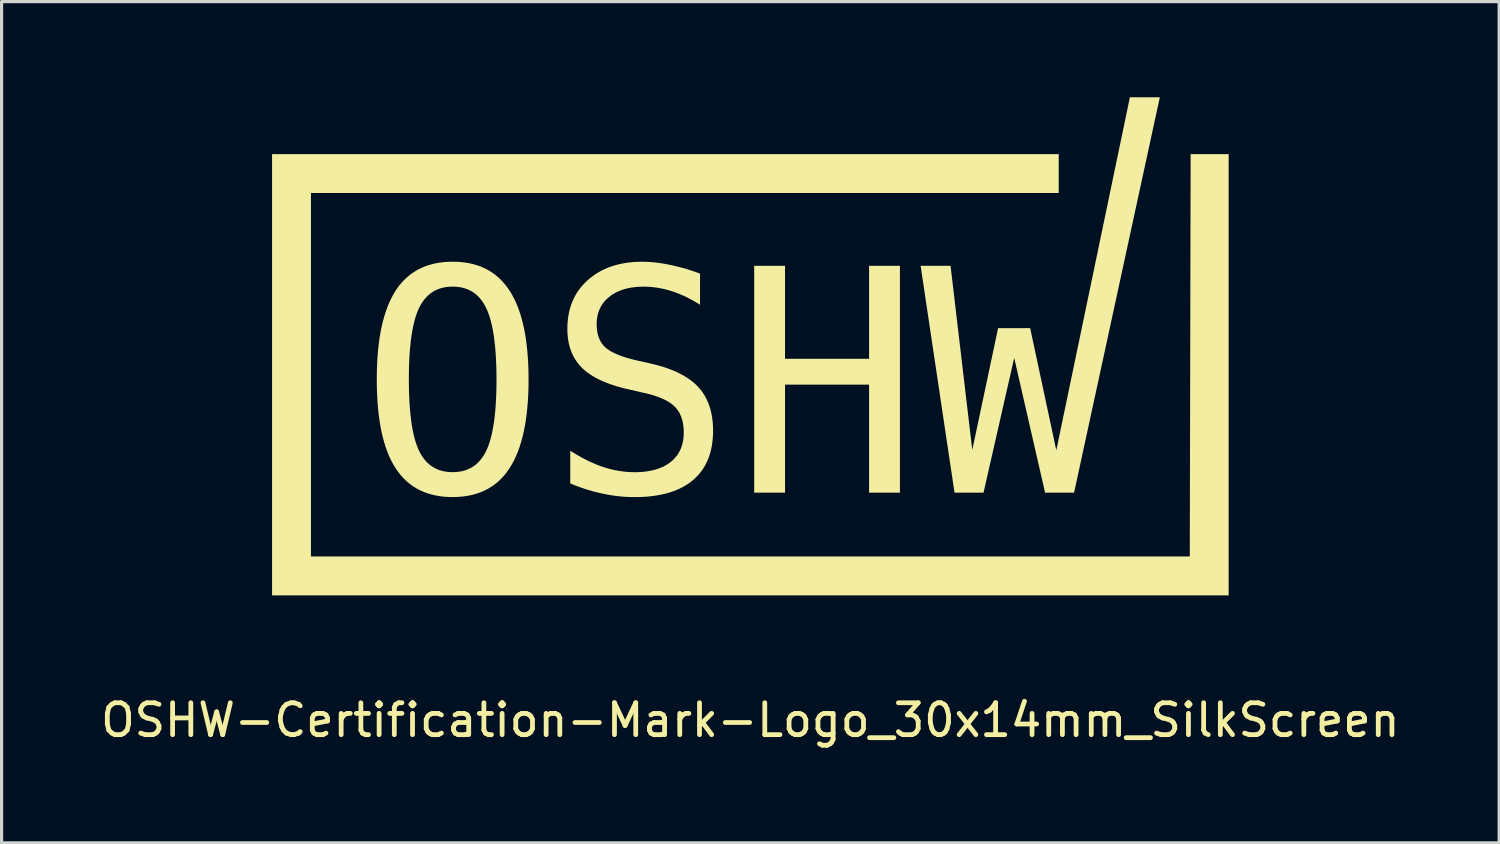
<source format=kicad_pcb>
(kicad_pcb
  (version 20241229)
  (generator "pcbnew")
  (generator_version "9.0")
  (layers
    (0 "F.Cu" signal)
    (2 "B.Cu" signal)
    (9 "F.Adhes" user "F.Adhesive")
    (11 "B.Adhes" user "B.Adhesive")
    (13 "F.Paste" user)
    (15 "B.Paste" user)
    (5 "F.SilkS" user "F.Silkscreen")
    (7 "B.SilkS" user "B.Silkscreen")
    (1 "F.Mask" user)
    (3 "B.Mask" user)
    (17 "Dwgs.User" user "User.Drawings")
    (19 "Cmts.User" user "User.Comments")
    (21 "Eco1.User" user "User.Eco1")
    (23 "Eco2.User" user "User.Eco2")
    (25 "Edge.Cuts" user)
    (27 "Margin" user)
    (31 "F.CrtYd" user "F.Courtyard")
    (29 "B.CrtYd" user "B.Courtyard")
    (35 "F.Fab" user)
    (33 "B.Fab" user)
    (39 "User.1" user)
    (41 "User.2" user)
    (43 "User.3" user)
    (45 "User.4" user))
  (footprint "OSHW-Certification-Mark-Logo_30x14mm_SilkScreen"
    (layer "F.Cu")
    (at 20.482 7.778)
    (property "Reference" "OSHW-Certification-Mark-Logo_30x14mm_SilkScreen" (at 0.000231 11.756 0) (unlocked yes) (layer "F.SilkS") (effects (font (size 1 1) (thickness 0.15))))
    (attr board_only exclude_from_pos_files exclude_from_bom allow_missing_courtyard)
    (fp_poly (pts (xy -6.956 1.072) (xy -6.956 1.072) (xy -6.956 1.072)) (stroke (width 0) (type solid)) (fill yes) (layer "F.SilkS"))
    (fp_poly (pts (xy -1.579 -2.248) (xy -1.579 -2.248) (xy -1.579 -2.248)) (stroke (width 0) (type solid)) (fill yes) (layer "F.SilkS"))
    (fp_poly (pts (xy 15 7.843) (xy -15 7.843) (xy -15 -5.995) (xy -15 -5.995) (xy 9.67 -5.995) (xy 9.67 -4.775) (xy -13.78 -4.775) (xy -13.78 6.623) (xy 13.78 6.623) (xy 13.807 -5.995) (xy 15 -5.995)) (stroke (width 0) (type solid)) (fill yes) (layer "F.SilkS"))
    (fp_poly (pts (xy 1.087 0.424) (xy 3.723 0.424) (xy 3.723 -2.492) (xy 4.69 -2.492) (xy 4.69 4.622) (xy 3.723 4.622) (xy 3.723 1.234) (xy 1.087 1.234) (xy 1.087 4.622) (xy 0.12 4.622) (xy 0.12 -2.492) (xy 1.087 -2.492)) (stroke (width 0) (type solid)) (fill yes) (layer "F.SilkS"))
    (fp_poly (pts (xy 10.152 4.622) (xy 9.242 4.622) (xy 8.274 0.396) (xy 7.312 4.622) (xy 6.402 4.622) (xy 5.339 -2.492) (xy 6.278 -2.492) (xy 6.959 3.283) (xy 7.769 -0.538) (xy 8.775 -0.538) (xy 9.594 3.293) (xy 11.902 -7.778) (xy 12.841 -7.778)) (stroke (width 0) (type solid)) (fill yes) (layer "F.SilkS"))
    (fp_poly (pts (xy -9.19 -2.617) (xy -9.047 -2.607) (xy -8.908 -2.589) (xy -8.774 -2.564) (xy -8.645 -2.531) (xy -8.521 -2.492) (xy -8.402 -2.446) (xy -8.288 -2.392) (xy -8.178 -2.331) (xy -8.073 -2.263) (xy -7.974 -2.188) (xy -7.878 -2.106) (xy -7.788 -2.017) (xy -7.703 -1.92) (xy -7.622 -1.817) (xy -7.547 -1.706) (xy -7.475 -1.588) (xy -7.408 -1.462) (xy -7.346 -1.329) (xy -7.288 -1.189) (xy -7.235 -1.041) (xy -7.187 -0.886) (xy -7.143 -0.724) (xy -7.104 -0.554) (xy -7.069 -0.377) (xy -7.039 -0.192) (xy -7.014 0.00025) (xy -6.993 0.2) (xy -6.977 0.407) (xy -6.965 0.621) (xy -6.958 0.843) (xy -6.956 1.072) (xy -6.958 1.301) (xy -6.965 1.522) (xy -6.977 1.736) (xy -6.993 1.942) (xy -7.014 2.141) (xy -7.039 2.333) (xy -7.069 2.518) (xy -7.104 2.695) (xy -7.143 2.864) (xy -7.187 3.026) (xy -7.235 3.181) (xy -7.288 3.329) (xy -7.346 3.469) (xy -7.408 3.602) (xy -7.475 3.727) (xy -7.547 3.845) (xy -7.584 3.902) (xy -7.622 3.956) (xy -7.662 4.009) (xy -7.703 4.06) (xy -7.745 4.109) (xy -7.788 4.156) (xy -7.833 4.202) (xy -7.878 4.246) (xy -7.925 4.288) (xy -7.974 4.328) (xy -8.023 4.366) (xy -8.073 4.403) (xy -8.125 4.438) (xy -8.178 4.471) (xy -8.232 4.502) (xy -8.288 4.532) (xy -8.344 4.559) (xy -8.402 4.585) (xy -8.461 4.609) (xy -8.521 4.632) (xy -8.583 4.652) (xy -8.645 4.671) (xy -8.709 4.688) (xy -8.774 4.703) (xy -8.841 4.716) (xy -8.908 4.728) (xy -9.047 4.746) (xy -9.19 4.757) (xy -9.338 4.76) (xy -9.487 4.757) (xy -9.63 4.746) (xy -9.769 4.728) (xy -9.902 4.703) (xy -10.031 4.671) (xy -10.155 4.632) (xy -10.275 4.586) (xy -10.389 4.533) (xy -10.499 4.472) (xy -10.603 4.405) (xy -10.703 4.33) (xy -10.798 4.248) (xy -10.888 4.159) (xy -10.974 4.063) (xy -11.054 3.96) (xy -11.13 3.85) (xy -11.201 3.733) (xy -11.267 3.608) (xy -11.329 3.475) (xy -11.386 3.335) (xy -11.439 3.188) (xy -11.487 3.033) (xy -11.531 2.87) (xy -11.57 2.701) (xy -11.604 2.523) (xy -11.634 2.338) (xy -11.659 2.146) (xy -11.68 1.946) (xy -11.696 1.739) (xy -11.707 1.524) (xy -11.714 1.302) (xy -11.716 1.072) (xy -10.711 1.072) (xy -10.706 1.449) (xy -10.691 1.798) (xy -10.666 2.119) (xy -10.631 2.412) (xy -10.61 2.548) (xy -10.586 2.678) (xy -10.56 2.8) (xy -10.531 2.915) (xy -10.5 3.024) (xy -10.466 3.125) (xy -10.43 3.219) (xy -10.391 3.307) (xy -10.349 3.388) (xy -10.327 3.427) (xy -10.304 3.464) (xy -10.28 3.5) (xy -10.256 3.535) (xy -10.23 3.569) (xy -10.204 3.601) (xy -10.177 3.632) (xy -10.149 3.661) (xy -10.121 3.689) (xy -10.092 3.716) (xy -10.061 3.742) (xy -10.03 3.766) (xy -9.999 3.789) (xy -9.966 3.811) (xy -9.933 3.831) (xy -9.899 3.85) (xy -9.864 3.868) (xy -9.828 3.884) (xy -9.792 3.899) (xy -9.755 3.913) (xy -9.716 3.926) (xy -9.678 3.937) (xy -9.638 3.947) (xy -9.598 3.955) (xy -9.556 3.962) (xy -9.514 3.968) (xy -9.472 3.973) (xy -9.428 3.976) (xy -9.338 3.979) (xy -9.248 3.976) (xy -9.161 3.968) (xy -9.078 3.955) (xy -8.997 3.937) (xy -8.92 3.914) (xy -8.846 3.885) (xy -8.776 3.851) (xy -8.708 3.812) (xy -8.644 3.768) (xy -8.583 3.718) (xy -8.525 3.663) (xy -8.471 3.603) (xy -8.42 3.538) (xy -8.372 3.468) (xy -8.327 3.392) (xy -8.285 3.312) (xy -8.246 3.224) (xy -8.209 3.13) (xy -8.175 3.028) (xy -8.144 2.92) (xy -8.114 2.804) (xy -8.088 2.682) (xy -8.064 2.552) (xy -8.042 2.416) (xy -8.023 2.272) (xy -8.007 2.122) (xy -7.993 1.964) (xy -7.982 1.8) (xy -7.973 1.628) (xy -7.966 1.45) (xy -7.963 1.264) (xy -7.961 1.072) (xy -7.966 0.694) (xy -7.982 0.344) (xy -8.007 0.022) (xy -8.042 -0.272) (xy -8.064 -0.408) (xy -8.088 -0.538) (xy -8.114 -0.66) (xy -8.144 -0.776) (xy -8.175 -0.884) (xy -8.209 -0.986) (xy -8.246 -1.08) (xy -8.285 -1.168) (xy -8.327 -1.249) (xy -8.349 -1.288) (xy -8.372 -1.325) (xy -8.395 -1.361) (xy -8.42 -1.396) (xy -8.445 -1.429) (xy -8.471 -1.461) (xy -8.498 -1.492) (xy -8.525 -1.522) (xy -8.554 -1.55) (xy -8.583 -1.577) (xy -8.613 -1.603) (xy -8.644 -1.627) (xy -8.676 -1.65) (xy -8.708 -1.671) (xy -8.742 -1.692) (xy -8.776 -1.711) (xy -8.811 -1.728) (xy -8.846 -1.745) (xy -8.883 -1.76) (xy -8.92 -1.774) (xy -8.958 -1.786) (xy -8.997 -1.797) (xy -9.037 -1.807) (xy -9.078 -1.816) (xy -9.119 -1.823) (xy -9.161 -1.829) (xy -9.204 -1.833) (xy -9.248 -1.837) (xy -9.338 -1.839) (xy -9.428 -1.837) (xy -9.514 -1.829) (xy -9.598 -1.816) (xy -9.678 -1.797) (xy -9.754 -1.774) (xy -9.828 -1.745) (xy -9.899 -1.711) (xy -9.966 -1.671) (xy -10.03 -1.627) (xy -10.091 -1.577) (xy -10.149 -1.522) (xy -10.204 -1.461) (xy -10.256 -1.396) (xy -10.304 -1.325) (xy -10.349 -1.249) (xy -10.391 -1.168) (xy -10.43 -1.08) (xy -10.466 -0.986) (xy -10.5 -0.884) (xy -10.531 -0.776) (xy -10.56 -0.66) (xy -10.586 -0.538) (xy -10.61 -0.408) (xy -10.631 -0.272) (xy -10.65 -0.128) (xy -10.666 0.022) (xy -10.68 0.18) (xy -10.691 0.344) (xy -10.699 0.516) (xy -10.706 0.694) (xy -10.709 0.88) (xy -10.711 1.072) (xy -11.716 1.072) (xy -11.716 1.072) (xy -11.714 0.843) (xy -11.707 0.621) (xy -11.696 0.407) (xy -11.68 0.2) (xy -11.659 0.00025) (xy -11.634 -0.192) (xy -11.604 -0.377) (xy -11.57 -0.554) (xy -11.531 -0.724) (xy -11.487 -0.886) (xy -11.439 -1.041) (xy -11.386 -1.189) (xy -11.329 -1.329) (xy -11.267 -1.462) (xy -11.201 -1.588) (xy -11.13 -1.706) (xy -11.093 -1.762) (xy -11.054 -1.817) (xy -11.014 -1.869) (xy -10.973 -1.92) (xy -10.931 -1.969) (xy -10.887 -2.017) (xy -10.842 -2.062) (xy -10.797 -2.106) (xy -10.749 -2.148) (xy -10.701 -2.188) (xy -10.652 -2.227) (xy -10.601 -2.263) (xy -10.549 -2.298) (xy -10.496 -2.331) (xy -10.442 -2.363) (xy -10.387 -2.392) (xy -10.33 -2.42) (xy -10.272 -2.446) (xy -10.213 -2.47) (xy -10.153 -2.492) (xy -10.092 -2.513) (xy -10.029 -2.531) (xy -9.966 -2.548) (xy -9.901 -2.564) (xy -9.767 -2.589) (xy -9.629 -2.607) (xy -9.486 -2.617) (xy -9.338 -2.621)) (stroke (width 0) (type solid)) (fill yes) (layer "F.SilkS"))
    (fp_poly (pts (xy -3.292 -2.618) (xy -3.187 -2.614) (xy -3.082 -2.606) (xy -2.974 -2.596) (xy -2.866 -2.582) (xy -2.756 -2.566) (xy -2.645 -2.547) (xy -2.532 -2.524) (xy -2.419 -2.5) (xy -2.303 -2.473) (xy -2.186 -2.443) (xy -2.068 -2.41) (xy -1.948 -2.374) (xy -1.827 -2.335) (xy -1.704 -2.293) (xy -1.579 -2.248) (xy -1.579 -1.271) (xy -1.689 -1.339) (xy -1.799 -1.403) (xy -1.909 -1.462) (xy -2.019 -1.518) (xy -2.129 -1.568) (xy -2.24 -1.615) (xy -2.35 -1.657) (xy -2.461 -1.695) (xy -2.571 -1.729) (xy -2.681 -1.758) (xy -2.791 -1.782) (xy -2.902 -1.802) (xy -3.013 -1.818) (xy -3.124 -1.829) (xy -3.235 -1.836) (xy -3.347 -1.838) (xy -3.431 -1.837) (xy -3.513 -1.833) (xy -3.593 -1.827) (xy -3.67 -1.818) (xy -3.745 -1.807) (xy -3.818 -1.793) (xy -3.889 -1.777) (xy -3.957 -1.758) (xy -4.023 -1.737) (xy -4.087 -1.713) (xy -4.149 -1.687) (xy -4.209 -1.658) (xy -4.266 -1.627) (xy -4.321 -1.594) (xy -4.374 -1.557) (xy -4.424 -1.519) (xy -4.472 -1.479) (xy -4.517 -1.437) (xy -4.559 -1.393) (xy -4.597 -1.348) (xy -4.633 -1.3) (xy -4.665 -1.251) (xy -4.695 -1.201) (xy -4.721 -1.148) (xy -4.744 -1.094) (xy -4.764 -1.038) (xy -4.781 -0.981) (xy -4.795 -0.921) (xy -4.806 -0.86) (xy -4.814 -0.797) (xy -4.818 -0.732) (xy -4.82 -0.666) (xy -4.819 -0.608) (xy -4.816 -0.551) (xy -4.811 -0.497) (xy -4.804 -0.444) (xy -4.795 -0.393) (xy -4.784 -0.344) (xy -4.77 -0.296) (xy -4.755 -0.25) (xy -4.738 -0.206) (xy -4.719 -0.164) (xy -4.698 -0.123) (xy -4.675 -0.084) (xy -4.65 -0.047) (xy -4.623 -0.012) (xy -4.594 0.022) (xy -4.562 0.054) (xy -4.528 0.084) (xy -4.49 0.114) (xy -4.448 0.144) (xy -4.403 0.172) (xy -4.355 0.201) (xy -4.303 0.228) (xy -4.247 0.255) (xy -4.188 0.281) (xy -4.126 0.307) (xy -4.06 0.332) (xy -3.99 0.356) (xy -3.917 0.38) (xy -3.841 0.403) (xy -3.761 0.425) (xy -3.677 0.447) (xy -3.59 0.468) (xy -3.085 0.583) (xy -2.962 0.613) (xy -2.844 0.645) (xy -2.729 0.679) (xy -2.619 0.716) (xy -2.513 0.755) (xy -2.411 0.795) (xy -2.314 0.838) (xy -2.22 0.883) (xy -2.131 0.93) (xy -2.047 0.979) (xy -1.966 1.03) (xy -1.89 1.083) (xy -1.818 1.138) (xy -1.75 1.195) (xy -1.686 1.255) (xy -1.627 1.316) (xy -1.572 1.38) (xy -1.52 1.447) (xy -1.472 1.517) (xy -1.427 1.589) (xy -1.386 1.664) (xy -1.348 1.743) (xy -1.314 1.823) (xy -1.284 1.907) (xy -1.257 1.994) (xy -1.234 2.083) (xy -1.214 2.175) (xy -1.198 2.271) (xy -1.186 2.368) (xy -1.177 2.469) (xy -1.171 2.573) (xy -1.17 2.679) (xy -1.172 2.804) (xy -1.18 2.925) (xy -1.192 3.043) (xy -1.209 3.157) (xy -1.231 3.266) (xy -1.258 3.373) (xy -1.29 3.475) (xy -1.327 3.574) (xy -1.369 3.669) (xy -1.415 3.76) (xy -1.467 3.847) (xy -1.523 3.931) (xy -1.585 4.011) (xy -1.651 4.087) (xy -1.723 4.159) (xy -1.799 4.228) (xy -1.88 4.292) (xy -1.965 4.353) (xy -2.055 4.409) (xy -2.149 4.461) (xy -2.248 4.509) (xy -2.351 4.553) (xy -2.458 4.593) (xy -2.571 4.628) (xy -2.687 4.659) (xy -2.808 4.686) (xy -2.934 4.709) (xy -3.064 4.728) (xy -3.198 4.743) (xy -3.337 4.753) (xy -3.481 4.759) (xy -3.628 4.761) (xy -3.754 4.76) (xy -3.879 4.755) (xy -4.004 4.746) (xy -4.13 4.734) (xy -4.256 4.719) (xy -4.382 4.7) (xy -4.508 4.678) (xy -4.634 4.652) (xy -4.76 4.624) (xy -4.887 4.593) (xy -5.013 4.558) (xy -5.14 4.52) (xy -5.267 4.478) (xy -5.394 4.433) (xy -5.521 4.385) (xy -5.649 4.333) (xy -5.649 3.308) (xy -5.513 3.392) (xy -5.379 3.47) (xy -5.247 3.543) (xy -5.116 3.61) (xy -4.988 3.67) (xy -4.862 3.725) (xy -4.737 3.775) (xy -4.615 3.818) (xy -4.492 3.856) (xy -4.369 3.889) (xy -4.246 3.917) (xy -4.123 3.939) (xy -3.999 3.957) (xy -3.876 3.97) (xy -3.752 3.977) (xy -3.628 3.98) (xy -3.539 3.979) (xy -3.451 3.975) (xy -3.366 3.969) (xy -3.284 3.96) (xy -3.204 3.948) (xy -3.127 3.934) (xy -3.053 3.918) (xy -2.98 3.899) (xy -2.911 3.877) (xy -2.844 3.853) (xy -2.779 3.827) (xy -2.717 3.798) (xy -2.658 3.766) (xy -2.601 3.732) (xy -2.546 3.695) (xy -2.494 3.656) (xy -2.445 3.614) (xy -2.399 3.57) (xy -2.357 3.524) (xy -2.317 3.476) (xy -2.281 3.425) (xy -2.248 3.373) (xy -2.218 3.319) (xy -2.191 3.263) (xy -2.167 3.205) (xy -2.146 3.145) (xy -2.129 3.082) (xy -2.115 3.018) (xy -2.104 2.952) (xy -2.096 2.884) (xy -2.091 2.813) (xy -2.089 2.741) (xy -2.09 2.675) (xy -2.094 2.612) (xy -2.099 2.55) (xy -2.107 2.49) (xy -2.117 2.432) (xy -2.129 2.376) (xy -2.143 2.322) (xy -2.16 2.271) (xy -2.178 2.221) (xy -2.199 2.173) (xy -2.222 2.127) (xy -2.247 2.083) (xy -2.275 2.041) (xy -2.305 2) (xy -2.336 1.962) (xy -2.37 1.926) (xy -2.407 1.892) (xy -2.446 1.858) (xy -2.489 1.825) (xy -2.535 1.794) (xy -2.584 1.763) (xy -2.636 1.734) (xy -2.692 1.705) (xy -2.751 1.677) (xy -2.813 1.651) (xy -2.878 1.625) (xy -2.946 1.601) (xy -3.018 1.577) (xy -3.093 1.554) (xy -3.172 1.533) (xy -3.253 1.512) (xy -3.338 1.493) (xy -3.852 1.374) (xy -3.974 1.345) (xy -4.092 1.314) (xy -4.205 1.282) (xy -4.314 1.247) (xy -4.419 1.211) (xy -4.519 1.173) (xy -4.616 1.134) (xy -4.708 1.092) (xy -4.796 1.049) (xy -4.879 1.004) (xy -4.958 0.957) (xy -5.034 0.909) (xy -5.104 0.859) (xy -5.171 0.807) (xy -5.233 0.753) (xy -5.291 0.697) (xy -5.346 0.639) (xy -5.396 0.579) (xy -5.444 0.516) (xy -5.487 0.451) (xy -5.528 0.384) (xy -5.564 0.314) (xy -5.598 0.242) (xy -5.627 0.167) (xy -5.654 0.09) (xy -5.676 0.01) (xy -5.696 -0.072) (xy -5.711 -0.156) (xy -5.724 -0.243) (xy -5.732 -0.332) (xy -5.738 -0.424) (xy -5.739 -0.518) (xy -5.737 -0.636) (xy -5.729 -0.75) (xy -5.717 -0.862) (xy -5.699 -0.971) (xy -5.677 -1.077) (xy -5.65 -1.179) (xy -5.617 -1.279) (xy -5.58 -1.376) (xy -5.537 -1.47) (xy -5.49 -1.561) (xy -5.438 -1.648) (xy -5.38 -1.733) (xy -5.318 -1.815) (xy -5.25 -1.894) (xy -5.178 -1.97) (xy -5.101 -2.043) (xy -5.019 -2.113) (xy -4.933 -2.178) (xy -4.845 -2.239) (xy -4.753 -2.295) (xy -4.658 -2.347) (xy -4.559 -2.394) (xy -4.458 -2.437) (xy -4.353 -2.475) (xy -4.244 -2.509) (xy -4.133 -2.538) (xy -4.018 -2.563) (xy -3.9 -2.584) (xy -3.779 -2.599) (xy -3.654 -2.611) (xy -3.526 -2.617) (xy -3.395 -2.62)) (stroke (width 0) (type solid)) (fill yes) (layer "F.SilkS")))
  (gr_rect
    (start -3 -3)
    (end 43.964 23.383)
    (stroke (width 0.1) (type default))
    (fill no)
    (layer "Edge.Cuts")))
</source>
